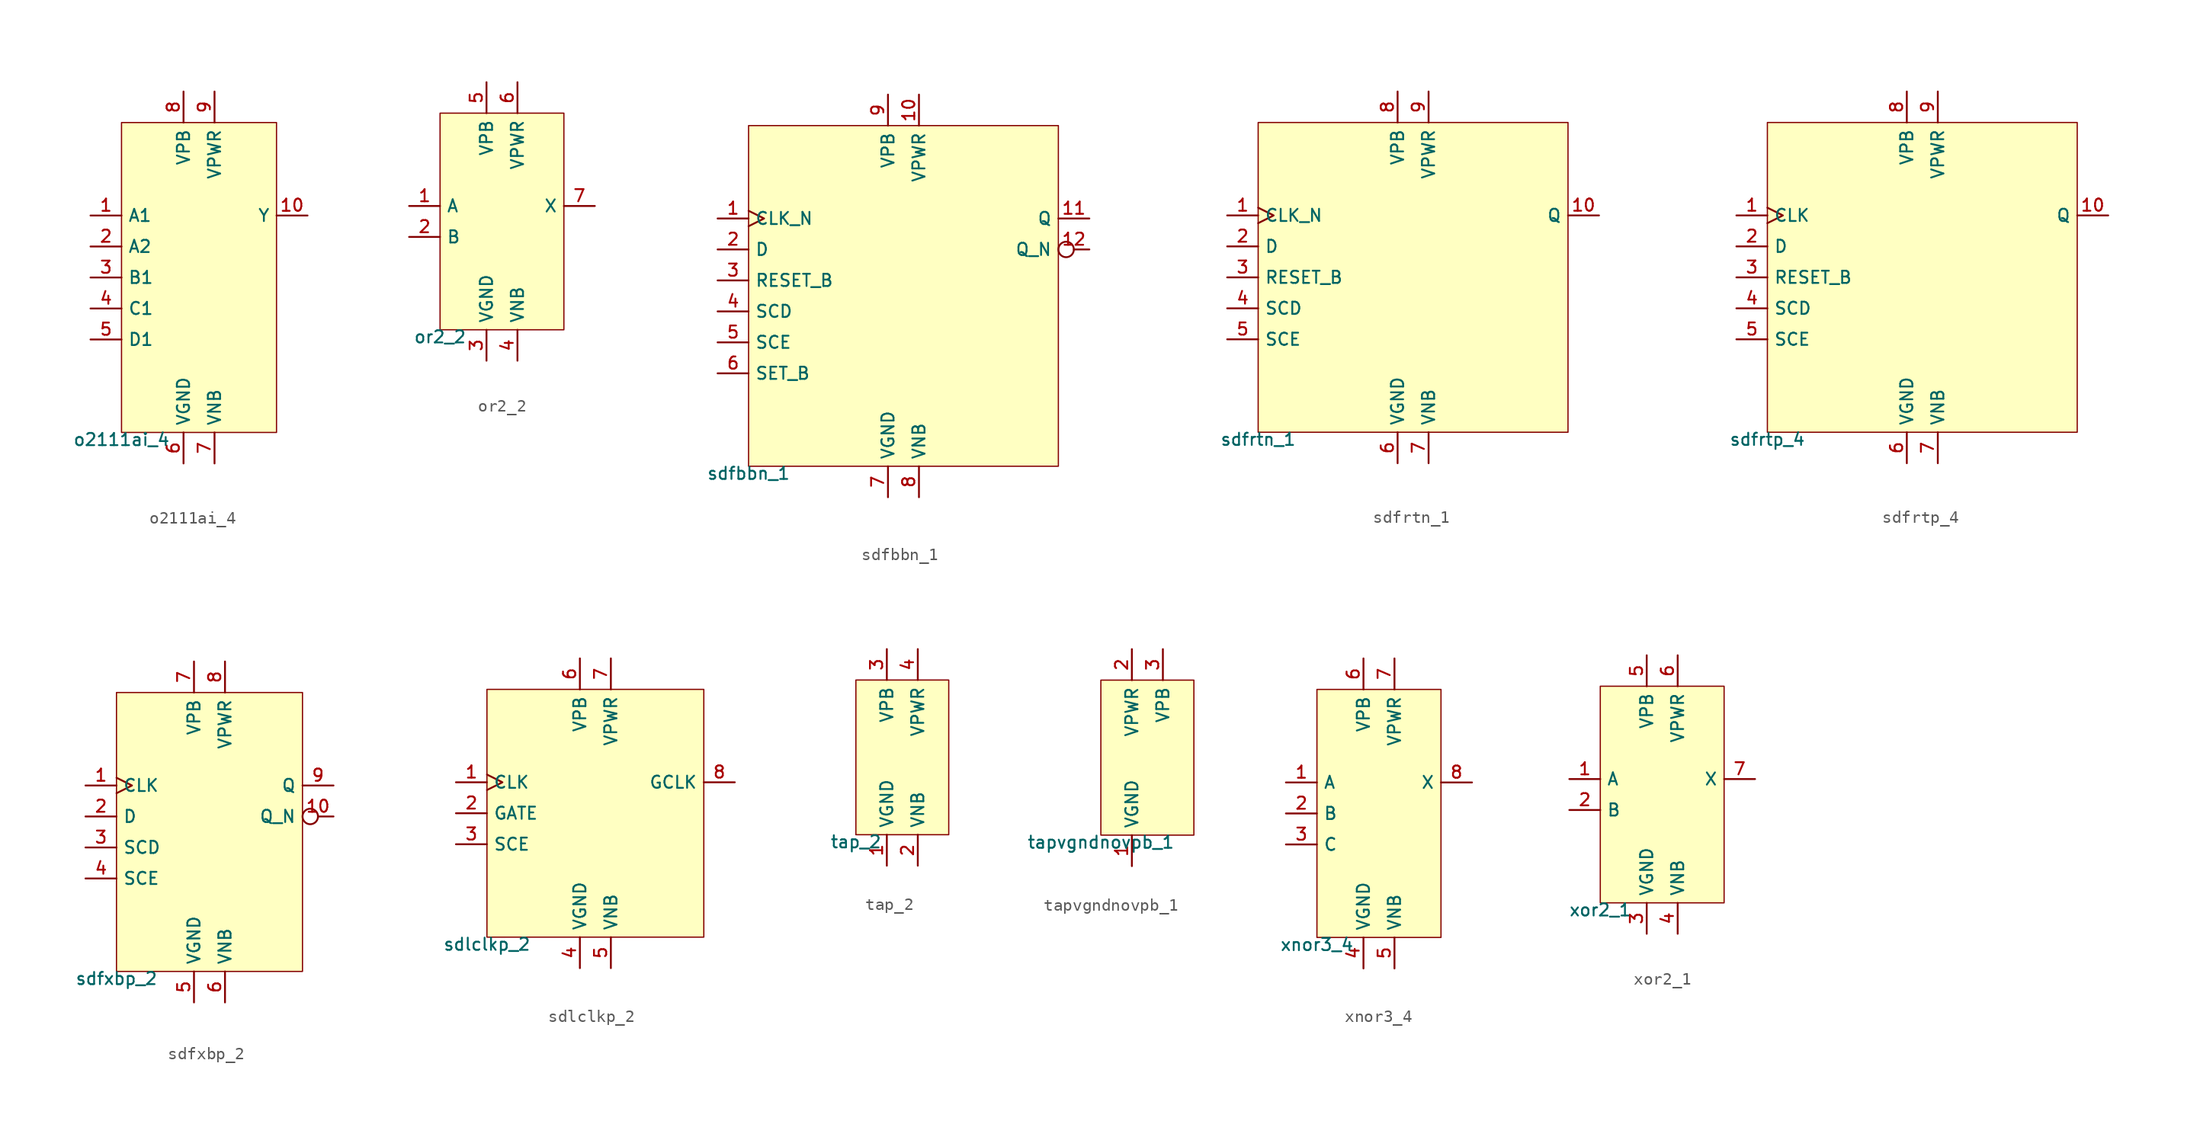
<source format=kicad_sym>
(kicad_symbol_lib
  (version 20211014)
  (generator pdk2kicad)
  (symbol "o2111ai_4"
    (property "Reference" "X"
      (at 0 0 0)
      (effects (font (size 1 1)) hide))
    (property "Value" "o2111ai_4"
      (at -6.35 -12.7 0)
      (effects (font (size 1 1)) (justify top)))
    (rectangle
      (start -6.35 -12.7)
      (end 6.35 12.7)
      (stroke (width 0.1) (type solid) (color 0 0 0 0))
      (fill (type background)))
    (pin input line
      (at -8.89 5.08 0)
      (length 2.54)
      (name "A1" (effects (font (size 1 1)) hide))
      (number "1" (effects (font (size 1 1)) hide)))
    (pin input line
      (at -8.89 2.54 0)
      (length 2.54)
      (name "A2" (effects (font (size 1 1)) hide))
      (number "2" (effects (font (size 1 1)) hide)))
    (pin input line
      (at -8.89 -8.881784197001252e-16 0)
      (length 2.54)
      (name "B1" (effects (font (size 1 1)) hide))
      (number "3" (effects (font (size 1 1)) hide)))
    (pin input line
      (at -8.89 -2.54 0)
      (length 2.54)
      (name "C1" (effects (font (size 1 1)) hide))
      (number "4" (effects (font (size 1 1)) hide)))
    (pin input line
      (at -8.89 -5.08 0)
      (length 2.54)
      (name "D1" (effects (font (size 1 1)) hide))
      (number "5" (effects (font (size 1 1)) hide)))
    (pin power_in line
      (at -1.27 -15.24 90)
      (length 2.54)
      (name "VGND" (effects (font (size 1 1)) hide))
      (number "6" (effects (font (size 1 1)) hide)))
    (pin power_in line
      (at 1.27 -15.24 90)
      (length 2.54)
      (name "VNB" (effects (font (size 1 1)) hide))
      (number "7" (effects (font (size 1 1)) hide)))
    (pin power_in line
      (at -1.27 15.24 270)
      (length 2.54)
      (name "VPB" (effects (font (size 1 1)) hide))
      (number "8" (effects (font (size 1 1)) hide)))
    (pin power_in line
      (at 1.27 15.24 270)
      (length 2.54)
      (name "VPWR" (effects (font (size 1 1)) hide))
      (number "9" (effects (font (size 1 1)) hide)))
    (pin output line
      (at 8.89 5.08 180)
      (length 2.54)
      (name "Y" (effects (font (size 1 1)) hide))
      (number "10" (effects (font (size 1 1)) hide))))
  (symbol "or2_2"
    (property "Reference" "X"
      (at 0 0 0)
      (effects (font (size 1 1)) hide))
    (property "Value" "or2_2"
      (at -5.08 -8.89 0)
      (effects (font (size 1 1)) (justify top)))
    (rectangle
      (start -5.08 -8.89)
      (end 5.08 8.89)
      (stroke (width 0.1) (type solid) (color 0 0 0 0))
      (fill (type background)))
    (pin input line
      (at -7.62 1.27 0)
      (length 2.54)
      (name "A" (effects (font (size 1 1)) hide))
      (number "1" (effects (font (size 1 1)) hide)))
    (pin input line
      (at -7.62 -1.27 0)
      (length 2.54)
      (name "B" (effects (font (size 1 1)) hide))
      (number "2" (effects (font (size 1 1)) hide)))
    (pin power_in line
      (at -1.27 -11.43 90)
      (length 2.54)
      (name "VGND" (effects (font (size 1 1)) hide))
      (number "3" (effects (font (size 1 1)) hide)))
    (pin power_in line
      (at 1.27 -11.43 90)
      (length 2.54)
      (name "VNB" (effects (font (size 1 1)) hide))
      (number "4" (effects (font (size 1 1)) hide)))
    (pin power_in line
      (at -1.27 11.43 270)
      (length 2.54)
      (name "VPB" (effects (font (size 1 1)) hide))
      (number "5" (effects (font (size 1 1)) hide)))
    (pin power_in line
      (at 1.27 11.43 270)
      (length 2.54)
      (name "VPWR" (effects (font (size 1 1)) hide))
      (number "6" (effects (font (size 1 1)) hide)))
    (pin output line
      (at 7.62 1.27 180)
      (length 2.54)
      (name "X" (effects (font (size 1 1)) hide))
      (number "7" (effects (font (size 1 1)) hide))))
  (symbol "sdfbbn_1"
    (property "Reference" "X"
      (at 0 0 0)
      (effects (font (size 1 1)) hide))
    (property "Value" "sdfbbn_1"
      (at -12.7 -13.97 0)
      (effects (font (size 1 1)) (justify top)))
    (rectangle
      (start -12.7 -13.97)
      (end 12.7 13.97)
      (stroke (width 0.1) (type solid) (color 0 0 0 0))
      (fill (type background)))
    (pin input clock
      (at -15.24 6.35 0)
      (length 2.54)
      (name "CLK_N" (effects (font (size 1 1)) hide))
      (number "1" (effects (font (size 1 1)) hide)))
    (pin input line
      (at -15.24 3.81 0)
      (length 2.54)
      (name "D" (effects (font (size 1 1)) hide))
      (number "2" (effects (font (size 1 1)) hide)))
    (pin input line
      (at -15.24 1.27 0)
      (length 2.54)
      (name "RESET_B" (effects (font (size 1 1)) hide))
      (number "3" (effects (font (size 1 1)) hide)))
    (pin input line
      (at -15.24 -1.27 0)
      (length 2.54)
      (name "SCD" (effects (font (size 1 1)) hide))
      (number "4" (effects (font (size 1 1)) hide)))
    (pin input line
      (at -15.24 -3.81 0)
      (length 2.54)
      (name "SCE" (effects (font (size 1 1)) hide))
      (number "5" (effects (font (size 1 1)) hide)))
    (pin input line
      (at -15.24 -6.35 0)
      (length 2.54)
      (name "SET_B" (effects (font (size 1 1)) hide))
      (number "6" (effects (font (size 1 1)) hide)))
    (pin power_in line
      (at -1.27 -16.51 90)
      (length 2.54)
      (name "VGND" (effects (font (size 1 1)) hide))
      (number "7" (effects (font (size 1 1)) hide)))
    (pin power_in line
      (at 1.27 -16.51 90)
      (length 2.54)
      (name "VNB" (effects (font (size 1 1)) hide))
      (number "8" (effects (font (size 1 1)) hide)))
    (pin power_in line
      (at -1.27 16.51 270)
      (length 2.54)
      (name "VPB" (effects (font (size 1 1)) hide))
      (number "9" (effects (font (size 1 1)) hide)))
    (pin power_in line
      (at 1.27 16.51 270)
      (length 2.54)
      (name "VPWR" (effects (font (size 1 1)) hide))
      (number "10" (effects (font (size 1 1)) hide)))
    (pin output line
      (at 15.24 6.35 180)
      (length 2.54)
      (name "Q" (effects (font (size 1 1)) hide))
      (number "11" (effects (font (size 1 1)) hide)))
    (pin output inverted
      (at 15.24 3.81 180)
      (length 2.54)
      (name "Q_N" (effects (font (size 1 1)) hide))
      (number "12" (effects (font (size 1 1)) hide))))
  (symbol "sdfrtn_1"
    (property "Reference" "X"
      (at 0 0 0)
      (effects (font (size 1 1)) hide))
    (property "Value" "sdfrtn_1"
      (at -12.7 -12.7 0)
      (effects (font (size 1 1)) (justify top)))
    (rectangle
      (start -12.7 -12.7)
      (end 12.7 12.7)
      (stroke (width 0.1) (type solid) (color 0 0 0 0))
      (fill (type background)))
    (pin input clock
      (at -15.24 5.08 0)
      (length 2.54)
      (name "CLK_N" (effects (font (size 1 1)) hide))
      (number "1" (effects (font (size 1 1)) hide)))
    (pin input line
      (at -15.24 2.54 0)
      (length 2.54)
      (name "D" (effects (font (size 1 1)) hide))
      (number "2" (effects (font (size 1 1)) hide)))
    (pin input line
      (at -15.24 -8.881784197001252e-16 0)
      (length 2.54)
      (name "RESET_B" (effects (font (size 1 1)) hide))
      (number "3" (effects (font (size 1 1)) hide)))
    (pin input line
      (at -15.24 -2.54 0)
      (length 2.54)
      (name "SCD" (effects (font (size 1 1)) hide))
      (number "4" (effects (font (size 1 1)) hide)))
    (pin input line
      (at -15.24 -5.08 0)
      (length 2.54)
      (name "SCE" (effects (font (size 1 1)) hide))
      (number "5" (effects (font (size 1 1)) hide)))
    (pin power_in line
      (at -1.27 -15.24 90)
      (length 2.54)
      (name "VGND" (effects (font (size 1 1)) hide))
      (number "6" (effects (font (size 1 1)) hide)))
    (pin power_in line
      (at 1.27 -15.24 90)
      (length 2.54)
      (name "VNB" (effects (font (size 1 1)) hide))
      (number "7" (effects (font (size 1 1)) hide)))
    (pin power_in line
      (at -1.27 15.24 270)
      (length 2.54)
      (name "VPB" (effects (font (size 1 1)) hide))
      (number "8" (effects (font (size 1 1)) hide)))
    (pin power_in line
      (at 1.27 15.24 270)
      (length 2.54)
      (name "VPWR" (effects (font (size 1 1)) hide))
      (number "9" (effects (font (size 1 1)) hide)))
    (pin output line
      (at 15.24 5.08 180)
      (length 2.54)
      (name "Q" (effects (font (size 1 1)) hide))
      (number "10" (effects (font (size 1 1)) hide))))
  (symbol "sdfrtp_4"
    (property "Reference" "X"
      (at 0 0 0)
      (effects (font (size 1 1)) hide))
    (property "Value" "sdfrtp_4"
      (at -12.7 -12.7 0)
      (effects (font (size 1 1)) (justify top)))
    (rectangle
      (start -12.7 -12.7)
      (end 12.7 12.7)
      (stroke (width 0.1) (type solid) (color 0 0 0 0))
      (fill (type background)))
    (pin input clock
      (at -15.24 5.08 0)
      (length 2.54)
      (name "CLK" (effects (font (size 1 1)) hide))
      (number "1" (effects (font (size 1 1)) hide)))
    (pin input line
      (at -15.24 2.54 0)
      (length 2.54)
      (name "D" (effects (font (size 1 1)) hide))
      (number "2" (effects (font (size 1 1)) hide)))
    (pin input line
      (at -15.24 -8.881784197001252e-16 0)
      (length 2.54)
      (name "RESET_B" (effects (font (size 1 1)) hide))
      (number "3" (effects (font (size 1 1)) hide)))
    (pin input line
      (at -15.24 -2.54 0)
      (length 2.54)
      (name "SCD" (effects (font (size 1 1)) hide))
      (number "4" (effects (font (size 1 1)) hide)))
    (pin input line
      (at -15.24 -5.08 0)
      (length 2.54)
      (name "SCE" (effects (font (size 1 1)) hide))
      (number "5" (effects (font (size 1 1)) hide)))
    (pin power_in line
      (at -1.27 -15.24 90)
      (length 2.54)
      (name "VGND" (effects (font (size 1 1)) hide))
      (number "6" (effects (font (size 1 1)) hide)))
    (pin power_in line
      (at 1.27 -15.24 90)
      (length 2.54)
      (name "VNB" (effects (font (size 1 1)) hide))
      (number "7" (effects (font (size 1 1)) hide)))
    (pin power_in line
      (at -1.27 15.24 270)
      (length 2.54)
      (name "VPB" (effects (font (size 1 1)) hide))
      (number "8" (effects (font (size 1 1)) hide)))
    (pin power_in line
      (at 1.27 15.24 270)
      (length 2.54)
      (name "VPWR" (effects (font (size 1 1)) hide))
      (number "9" (effects (font (size 1 1)) hide)))
    (pin output line
      (at 15.24 5.08 180)
      (length 2.54)
      (name "Q" (effects (font (size 1 1)) hide))
      (number "10" (effects (font (size 1 1)) hide))))
  (symbol "sdfxbp_2"
    (property "Reference" "X"
      (at 0 0 0)
      (effects (font (size 1 1)) hide))
    (property "Value" "sdfxbp_2"
      (at -7.62 -11.43 0)
      (effects (font (size 1 1)) (justify top)))
    (rectangle
      (start -7.62 -11.43)
      (end 7.62 11.43)
      (stroke (width 0.1) (type solid) (color 0 0 0 0))
      (fill (type background)))
    (pin input clock
      (at -10.16 3.81 0)
      (length 2.54)
      (name "CLK" (effects (font (size 1 1)) hide))
      (number "1" (effects (font (size 1 1)) hide)))
    (pin input line
      (at -10.16 1.27 0)
      (length 2.54)
      (name "D" (effects (font (size 1 1)) hide))
      (number "2" (effects (font (size 1 1)) hide)))
    (pin input line
      (at -10.16 -1.27 0)
      (length 2.54)
      (name "SCD" (effects (font (size 1 1)) hide))
      (number "3" (effects (font (size 1 1)) hide)))
    (pin input line
      (at -10.16 -3.81 0)
      (length 2.54)
      (name "SCE" (effects (font (size 1 1)) hide))
      (number "4" (effects (font (size 1 1)) hide)))
    (pin power_in line
      (at -1.27 -13.97 90)
      (length 2.54)
      (name "VGND" (effects (font (size 1 1)) hide))
      (number "5" (effects (font (size 1 1)) hide)))
    (pin power_in line
      (at 1.27 -13.97 90)
      (length 2.54)
      (name "VNB" (effects (font (size 1 1)) hide))
      (number "6" (effects (font (size 1 1)) hide)))
    (pin power_in line
      (at -1.27 13.97 270)
      (length 2.54)
      (name "VPB" (effects (font (size 1 1)) hide))
      (number "7" (effects (font (size 1 1)) hide)))
    (pin power_in line
      (at 1.27 13.97 270)
      (length 2.54)
      (name "VPWR" (effects (font (size 1 1)) hide))
      (number "8" (effects (font (size 1 1)) hide)))
    (pin output line
      (at 10.16 3.81 180)
      (length 2.54)
      (name "Q" (effects (font (size 1 1)) hide))
      (number "9" (effects (font (size 1 1)) hide)))
    (pin output inverted
      (at 10.16 1.27 180)
      (length 2.54)
      (name "Q_N" (effects (font (size 1 1)) hide))
      (number "10" (effects (font (size 1 1)) hide))))
  (symbol "sdlclkp_2"
    (property "Reference" "X"
      (at 0 0 0)
      (effects (font (size 1 1)) hide))
    (property "Value" "sdlclkp_2"
      (at -8.89 -10.16 0)
      (effects (font (size 1 1)) (justify top)))
    (rectangle
      (start -8.89 -10.16)
      (end 8.89 10.16)
      (stroke (width 0.1) (type solid) (color 0 0 0 0))
      (fill (type background)))
    (pin input clock
      (at -11.43 2.54 0)
      (length 2.54)
      (name "CLK" (effects (font (size 1 1)) hide))
      (number "1" (effects (font (size 1 1)) hide)))
    (pin input line
      (at -11.43 0.0 0)
      (length 2.54)
      (name "GATE" (effects (font (size 1 1)) hide))
      (number "2" (effects (font (size 1 1)) hide)))
    (pin input line
      (at -11.43 -2.54 0)
      (length 2.54)
      (name "SCE" (effects (font (size 1 1)) hide))
      (number "3" (effects (font (size 1 1)) hide)))
    (pin power_in line
      (at -1.27 -12.7 90)
      (length 2.54)
      (name "VGND" (effects (font (size 1 1)) hide))
      (number "4" (effects (font (size 1 1)) hide)))
    (pin power_in line
      (at 1.27 -12.7 90)
      (length 2.54)
      (name "VNB" (effects (font (size 1 1)) hide))
      (number "5" (effects (font (size 1 1)) hide)))
    (pin power_in line
      (at -1.27 12.7 270)
      (length 2.54)
      (name "VPB" (effects (font (size 1 1)) hide))
      (number "6" (effects (font (size 1 1)) hide)))
    (pin power_in line
      (at 1.27 12.7 270)
      (length 2.54)
      (name "VPWR" (effects (font (size 1 1)) hide))
      (number "7" (effects (font (size 1 1)) hide)))
    (pin output line
      (at 11.43 2.54 180)
      (length 2.54)
      (name "GCLK" (effects (font (size 1 1)) hide))
      (number "8" (effects (font (size 1 1)) hide))))
  (symbol "tap_2"
    (property "Reference" "X"
      (at 0 0 0)
      (effects (font (size 1 1)) hide))
    (property "Value" "tap_2"
      (at -3.81 -6.35 0)
      (effects (font (size 1 1)) (justify top)))
    (rectangle
      (start -3.81 -6.35)
      (end 3.81 6.35)
      (stroke (width 0.1) (type solid) (color 0 0 0 0))
      (fill (type background)))
    (pin power_in line
      (at -1.27 -8.89 90)
      (length 2.54)
      (name "VGND" (effects (font (size 1 1)) hide))
      (number "1" (effects (font (size 1 1)) hide)))
    (pin power_in line
      (at 1.27 -8.89 90)
      (length 2.54)
      (name "VNB" (effects (font (size 1 1)) hide))
      (number "2" (effects (font (size 1 1)) hide)))
    (pin power_in line
      (at -1.27 8.89 270)
      (length 2.54)
      (name "VPB" (effects (font (size 1 1)) hide))
      (number "3" (effects (font (size 1 1)) hide)))
    (pin power_in line
      (at 1.27 8.89 270)
      (length 2.54)
      (name "VPWR" (effects (font (size 1 1)) hide))
      (number "4" (effects (font (size 1 1)) hide))))
  (symbol "tapvgndnovpb_1"
    (property "Reference" "X"
      (at 0 0 0)
      (effects (font (size 1 1)) hide))
    (property "Value" "tapvgndnovpb_1"
      (at -3.81 -6.35 0)
      (effects (font (size 1 1)) (justify top)))
    (rectangle
      (start -3.81 -6.35)
      (end 3.81 6.35)
      (stroke (width 0.1) (type solid) (color 0 0 0 0))
      (fill (type background)))
    (pin power_in line
      (at -1.27 -8.89 90)
      (length 2.54)
      (name "VGND" (effects (font (size 1 1)) hide))
      (number "1" (effects (font (size 1 1)) hide)))
    (pin power_in line
      (at -1.27 8.89 270)
      (length 2.54)
      (name "VPWR" (effects (font (size 1 1)) hide))
      (number "2" (effects (font (size 1 1)) hide)))
    (pin power_in line
      (at 1.27 8.89 270)
      (length 2.54)
      (name "VPB" (effects (font (size 1 1)) hide))
      (number "3" (effects (font (size 1 1)) hide))))
  (symbol "xnor3_4"
    (property "Reference" "X"
      (at 0 0 0)
      (effects (font (size 1 1)) hide))
    (property "Value" "xnor3_4"
      (at -5.08 -10.16 0)
      (effects (font (size 1 1)) (justify top)))
    (rectangle
      (start -5.08 -10.16)
      (end 5.08 10.16)
      (stroke (width 0.1) (type solid) (color 0 0 0 0))
      (fill (type background)))
    (pin input line
      (at -7.62 2.54 0)
      (length 2.54)
      (name "A" (effects (font (size 1 1)) hide))
      (number "1" (effects (font (size 1 1)) hide)))
    (pin input line
      (at -7.62 0.0 0)
      (length 2.54)
      (name "B" (effects (font (size 1 1)) hide))
      (number "2" (effects (font (size 1 1)) hide)))
    (pin input line
      (at -7.62 -2.54 0)
      (length 2.54)
      (name "C" (effects (font (size 1 1)) hide))
      (number "3" (effects (font (size 1 1)) hide)))
    (pin power_in line
      (at -1.27 -12.7 90)
      (length 2.54)
      (name "VGND" (effects (font (size 1 1)) hide))
      (number "4" (effects (font (size 1 1)) hide)))
    (pin power_in line
      (at 1.27 -12.7 90)
      (length 2.54)
      (name "VNB" (effects (font (size 1 1)) hide))
      (number "5" (effects (font (size 1 1)) hide)))
    (pin power_in line
      (at -1.27 12.7 270)
      (length 2.54)
      (name "VPB" (effects (font (size 1 1)) hide))
      (number "6" (effects (font (size 1 1)) hide)))
    (pin power_in line
      (at 1.27 12.7 270)
      (length 2.54)
      (name "VPWR" (effects (font (size 1 1)) hide))
      (number "7" (effects (font (size 1 1)) hide)))
    (pin output line
      (at 7.62 2.54 180)
      (length 2.54)
      (name "X" (effects (font (size 1 1)) hide))
      (number "8" (effects (font (size 1 1)) hide))))
  (symbol "xor2_1"
    (property "Reference" "X"
      (at 0 0 0)
      (effects (font (size 1 1)) hide))
    (property "Value" "xor2_1"
      (at -5.08 -8.89 0)
      (effects (font (size 1 1)) (justify top)))
    (rectangle
      (start -5.08 -8.89)
      (end 5.08 8.89)
      (stroke (width 0.1) (type solid) (color 0 0 0 0))
      (fill (type background)))
    (pin input line
      (at -7.62 1.27 0)
      (length 2.54)
      (name "A" (effects (font (size 1 1)) hide))
      (number "1" (effects (font (size 1 1)) hide)))
    (pin input line
      (at -7.62 -1.27 0)
      (length 2.54)
      (name "B" (effects (font (size 1 1)) hide))
      (number "2" (effects (font (size 1 1)) hide)))
    (pin power_in line
      (at -1.27 -11.43 90)
      (length 2.54)
      (name "VGND" (effects (font (size 1 1)) hide))
      (number "3" (effects (font (size 1 1)) hide)))
    (pin power_in line
      (at 1.27 -11.43 90)
      (length 2.54)
      (name "VNB" (effects (font (size 1 1)) hide))
      (number "4" (effects (font (size 1 1)) hide)))
    (pin power_in line
      (at -1.27 11.43 270)
      (length 2.54)
      (name "VPB" (effects (font (size 1 1)) hide))
      (number "5" (effects (font (size 1 1)) hide)))
    (pin power_in line
      (at 1.27 11.43 270)
      (length 2.54)
      (name "VPWR" (effects (font (size 1 1)) hide))
      (number "6" (effects (font (size 1 1)) hide)))
    (pin output line
      (at 7.62 1.27 180)
      (length 2.54)
      (name "X" (effects (font (size 1 1)) hide))
      (number "7" (effects (font (size 1 1)) hide)))))
</source>
